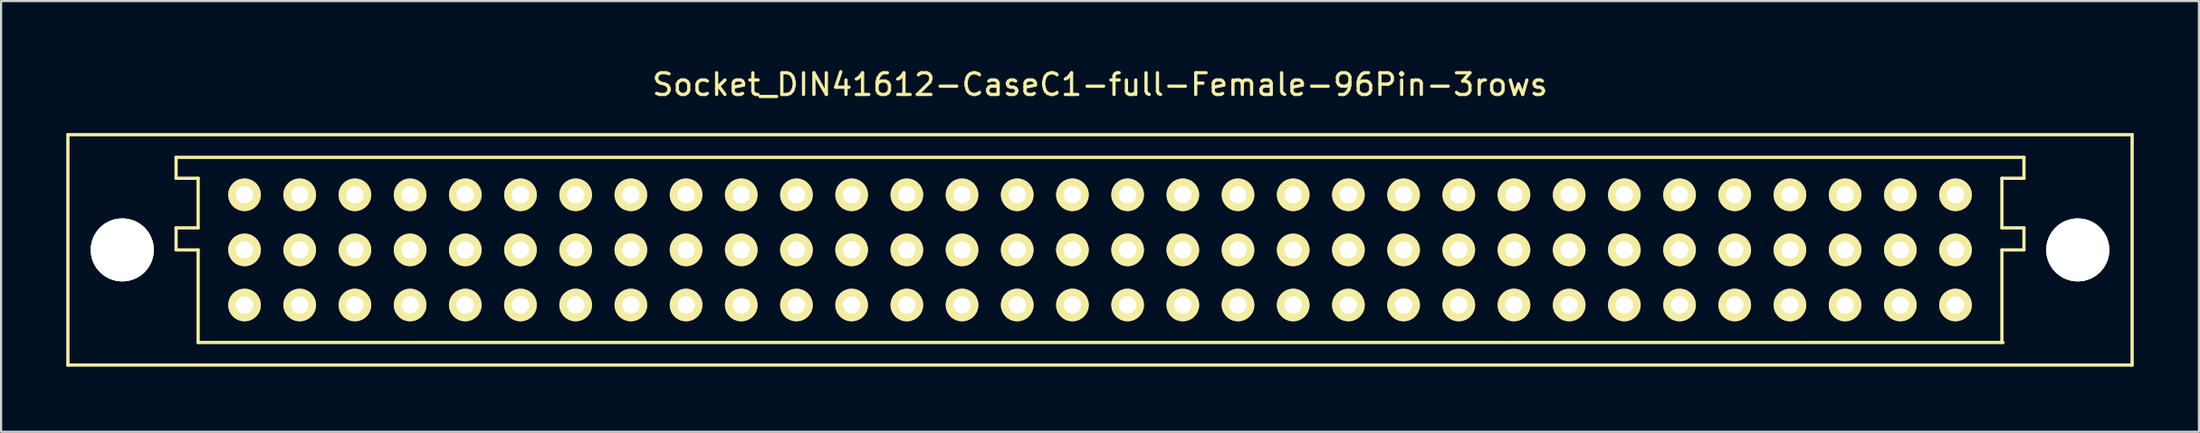
<source format=kicad_pcb>
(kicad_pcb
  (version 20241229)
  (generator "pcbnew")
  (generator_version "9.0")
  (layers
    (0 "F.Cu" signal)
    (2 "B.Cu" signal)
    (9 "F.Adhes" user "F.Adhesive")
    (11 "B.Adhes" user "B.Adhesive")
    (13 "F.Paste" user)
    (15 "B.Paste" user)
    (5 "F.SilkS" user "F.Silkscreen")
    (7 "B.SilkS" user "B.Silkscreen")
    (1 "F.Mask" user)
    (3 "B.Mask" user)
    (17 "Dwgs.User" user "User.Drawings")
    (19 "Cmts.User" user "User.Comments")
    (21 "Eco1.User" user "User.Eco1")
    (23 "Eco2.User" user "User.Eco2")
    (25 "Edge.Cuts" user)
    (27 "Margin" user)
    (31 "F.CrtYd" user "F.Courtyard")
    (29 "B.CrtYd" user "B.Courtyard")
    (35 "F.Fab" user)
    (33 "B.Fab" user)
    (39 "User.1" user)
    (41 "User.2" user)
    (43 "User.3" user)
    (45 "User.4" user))
  (footprint "Socket_DIN41612-CaseC1-full-Female-96Pin-3rows"
    (layer "F.Cu")
    (at 47.573 8.468)
    (property "Reference" "Socket_DIN41612-CaseC1-full-Female-96Pin-3rows" (at 0 -7.62 0) (layer "F.SilkS") (effects (font (size 1 1) (thickness 0.15))))
    (attr through_hole)
    (fp_line (start -47.498 -5.309) (end -47.498 5.309) (stroke (width 0.15) (type solid)) (layer "F.SilkS"))
    (fp_line (start -47.498 5.309) (end 47.498 5.309) (stroke (width 0.15) (type solid)) (layer "F.SilkS"))
    (fp_line (start -42.52 -3.302) (end -42.52 -4.267) (stroke (width 0.15) (type solid)) (layer "F.SilkS"))
    (fp_line (start -42.52 -1.016) (end -41.504 -1.016) (stroke (width 0.15) (type solid)) (layer "F.SilkS"))
    (fp_line (start -42.52 0) (end -42.52 -1.016) (stroke (width 0.15) (type solid)) (layer "F.SilkS"))
    (fp_line (start -41.504 -3.302) (end -42.52 -3.302) (stroke (width 0.15) (type solid)) (layer "F.SilkS"))
    (fp_line (start -41.504 -1.016) (end -41.504 -3.302) (stroke (width 0.15) (type solid)) (layer "F.SilkS"))
    (fp_line (start -41.504 0) (end -42.52 0) (stroke (width 0.15) (type solid)) (layer "F.SilkS"))
    (fp_line (start -41.504 4.267) (end -41.504 0) (stroke (width 0.15) (type solid)) (layer "F.SilkS"))
    (fp_line (start -41.504 4.267) (end 41.554 4.267) (stroke (width 0.15) (type solid)) (layer "F.SilkS"))
    (fp_line (start 41.504 -3.302) (end 42.52 -3.302) (stroke (width 0.15) (type solid)) (layer "F.SilkS"))
    (fp_line (start 41.504 -1.016) (end 41.504 -3.302) (stroke (width 0.15) (type solid)) (layer "F.SilkS"))
    (fp_line (start 41.504 0) (end 42.52 0) (stroke (width 0.15) (type solid)) (layer "F.SilkS"))
    (fp_line (start 41.504 4.267) (end 41.504 0) (stroke (width 0.15) (type solid)) (layer "F.SilkS"))
    (fp_line (start 42.52 -4.267) (end -42.52 -4.267) (stroke (width 0.15) (type solid)) (layer "F.SilkS"))
    (fp_line (start 42.52 -3.302) (end 42.52 -4.267) (stroke (width 0.15) (type solid)) (layer "F.SilkS"))
    (fp_line (start 42.52 -1.016) (end 41.504 -1.016) (stroke (width 0.15) (type solid)) (layer "F.SilkS"))
    (fp_line (start 42.52 0) (end 42.52 -1.016) (stroke (width 0.15) (type solid)) (layer "F.SilkS"))
    (fp_line (start 47.498 -5.309) (end -47.498 -5.309) (stroke (width 0.15) (type solid)) (layer "F.SilkS"))
    (fp_line (start 47.498 5.309) (end 47.498 -5.309) (stroke (width 0.15) (type solid)) (layer "F.SilkS"))
    (pad "1" thru_hole circle (at -44.996 0) (size 2.901 2.901) (drill 2.901) (layers "*.Cu" "*.Mask" "F.SilkS"))
    (pad "1" thru_hole circle (at 44.996 0) (size 2.901 2.901) (drill 2.901) (layers "*.Cu" "*.Mask" "F.SilkS"))
    (pad "1a" thru_hole circle (at 39.37 -2.54 180) (size 1.501 1.501) (drill 0.8) (layers "*.Cu" "*.Mask" "F.SilkS"))
    (pad "1b" thru_hole circle (at 39.37 0 180) (size 1.501 1.501) (drill 0.8) (layers "*.Cu" "*.Mask" "F.SilkS"))
    (pad "1c" thru_hole circle (at 39.37 2.54 180) (size 1.501 1.501) (drill 0.8) (layers "*.Cu" "*.Mask" "F.SilkS"))
    (pad "2a" thru_hole circle (at 36.83 -2.54 180) (size 1.501 1.501) (drill 0.8) (layers "*.Cu" "*.Mask" "F.SilkS"))
    (pad "2b" thru_hole circle (at 36.83 0 180) (size 1.501 1.501) (drill 0.8) (layers "*.Cu" "*.Mask" "F.SilkS"))
    (pad "2c" thru_hole circle (at 36.83 2.54 180) (size 1.501 1.501) (drill 0.8) (layers "*.Cu" "*.Mask" "F.SilkS"))
    (pad "3a" thru_hole circle (at 34.29 -2.54 180) (size 1.501 1.501) (drill 0.8) (layers "*.Cu" "*.Mask" "F.SilkS"))
    (pad "3b" thru_hole circle (at 34.29 0 180) (size 1.501 1.501) (drill 0.8) (layers "*.Cu" "*.Mask" "F.SilkS"))
    (pad "3c" thru_hole circle (at 34.29 2.54 180) (size 1.501 1.501) (drill 0.8) (layers "*.Cu" "*.Mask" "F.SilkS"))
    (pad "4a" thru_hole circle (at 31.75 -2.54 180) (size 1.501 1.501) (drill 0.8) (layers "*.Cu" "*.Mask" "F.SilkS"))
    (pad "4b" thru_hole circle (at 31.75 0 180) (size 1.501 1.501) (drill 0.8) (layers "*.Cu" "*.Mask" "F.SilkS"))
    (pad "4c" thru_hole circle (at 31.75 2.54 180) (size 1.501 1.501) (drill 0.8) (layers "*.Cu" "*.Mask" "F.SilkS"))
    (pad "5a" thru_hole circle (at 29.21 -2.54 180) (size 1.501 1.501) (drill 0.8) (layers "*.Cu" "*.Mask" "F.SilkS"))
    (pad "5b" thru_hole circle (at 29.21 0 180) (size 1.501 1.501) (drill 0.8) (layers "*.Cu" "*.Mask" "F.SilkS"))
    (pad "5c" thru_hole circle (at 29.21 2.54 180) (size 1.501 1.501) (drill 0.8) (layers "*.Cu" "*.Mask" "F.SilkS"))
    (pad "6a" thru_hole circle (at 26.67 -2.54 180) (size 1.501 1.501) (drill 0.8) (layers "*.Cu" "*.Mask" "F.SilkS"))
    (pad "6b" thru_hole circle (at 26.67 0 180) (size 1.501 1.501) (drill 0.8) (layers "*.Cu" "*.Mask" "F.SilkS"))
    (pad "6c" thru_hole circle (at 26.67 2.54 180) (size 1.501 1.501) (drill 0.8) (layers "*.Cu" "*.Mask" "F.SilkS"))
    (pad "7a" thru_hole circle (at 24.13 -2.54 180) (size 1.501 1.501) (drill 0.8) (layers "*.Cu" "*.Mask" "F.SilkS"))
    (pad "7b" thru_hole circle (at 24.13 0 180) (size 1.501 1.501) (drill 0.8) (layers "*.Cu" "*.Mask" "F.SilkS"))
    (pad "7c" thru_hole circle (at 24.13 2.54 180) (size 1.501 1.501) (drill 0.8) (layers "*.Cu" "*.Mask" "F.SilkS"))
    (pad "8a" thru_hole circle (at 21.59 -2.54 180) (size 1.501 1.501) (drill 0.8) (layers "*.Cu" "*.Mask" "F.SilkS"))
    (pad "8b" thru_hole circle (at 21.59 0 180) (size 1.501 1.501) (drill 0.8) (layers "*.Cu" "*.Mask" "F.SilkS"))
    (pad "8c" thru_hole circle (at 21.59 2.54 180) (size 1.501 1.501) (drill 0.8) (layers "*.Cu" "*.Mask" "F.SilkS"))
    (pad "9a" thru_hole circle (at 19.05 -2.54 180) (size 1.501 1.501) (drill 0.8) (layers "*.Cu" "*.Mask" "F.SilkS"))
    (pad "9b" thru_hole circle (at 19.05 0 180) (size 1.501 1.501) (drill 0.8) (layers "*.Cu" "*.Mask" "F.SilkS"))
    (pad "9c" thru_hole circle (at 19.05 2.54 180) (size 1.501 1.501) (drill 0.8) (layers "*.Cu" "*.Mask" "F.SilkS"))
    (pad "10a" thru_hole circle (at 16.51 -2.54 180) (size 1.501 1.501) (drill 0.8) (layers "*.Cu" "*.Mask" "F.SilkS"))
    (pad "10b" thru_hole circle (at 16.51 0 180) (size 1.501 1.501) (drill 0.8) (layers "*.Cu" "*.Mask" "F.SilkS"))
    (pad "10c" thru_hole circle (at 16.51 2.54 180) (size 1.501 1.501) (drill 0.8) (layers "*.Cu" "*.Mask" "F.SilkS"))
    (pad "11a" thru_hole circle (at 13.97 -2.54 180) (size 1.501 1.501) (drill 0.8) (layers "*.Cu" "*.Mask" "F.SilkS"))
    (pad "11b" thru_hole circle (at 13.97 0 180) (size 1.501 1.501) (drill 0.8) (layers "*.Cu" "*.Mask" "F.SilkS"))
    (pad "11c" thru_hole circle (at 13.97 2.54 180) (size 1.501 1.501) (drill 0.8) (layers "*.Cu" "*.Mask" "F.SilkS"))
    (pad "12a" thru_hole circle (at 11.43 -2.54 180) (size 1.501 1.501) (drill 0.8) (layers "*.Cu" "*.Mask" "F.SilkS"))
    (pad "12b" thru_hole circle (at 11.43 0 180) (size 1.501 1.501) (drill 0.8) (layers "*.Cu" "*.Mask" "F.SilkS"))
    (pad "12c" thru_hole circle (at 11.43 2.54 180) (size 1.501 1.501) (drill 0.8) (layers "*.Cu" "*.Mask" "F.SilkS"))
    (pad "13a" thru_hole circle (at 8.89 -2.54 180) (size 1.501 1.501) (drill 0.8) (layers "*.Cu" "*.Mask" "F.SilkS"))
    (pad "13b" thru_hole circle (at 8.89 0 180) (size 1.501 1.501) (drill 0.8) (layers "*.Cu" "*.Mask" "F.SilkS"))
    (pad "13c" thru_hole circle (at 8.89 2.54 180) (size 1.501 1.501) (drill 0.8) (layers "*.Cu" "*.Mask" "F.SilkS"))
    (pad "14a" thru_hole circle (at 6.35 -2.54 180) (size 1.501 1.501) (drill 0.8) (layers "*.Cu" "*.Mask" "F.SilkS"))
    (pad "14b" thru_hole circle (at 6.35 0 180) (size 1.501 1.501) (drill 0.8) (layers "*.Cu" "*.Mask" "F.SilkS"))
    (pad "14c" thru_hole circle (at 6.35 2.54 180) (size 1.501 1.501) (drill 0.8) (layers "*.Cu" "*.Mask" "F.SilkS"))
    (pad "15a" thru_hole circle (at 3.81 -2.54 180) (size 1.501 1.501) (drill 0.8) (layers "*.Cu" "*.Mask" "F.SilkS"))
    (pad "15b" thru_hole circle (at 3.81 0 180) (size 1.501 1.501) (drill 0.8) (layers "*.Cu" "*.Mask" "F.SilkS"))
    (pad "15c" thru_hole circle (at 3.81 2.54 180) (size 1.501 1.501) (drill 0.8) (layers "*.Cu" "*.Mask" "F.SilkS"))
    (pad "16a" thru_hole circle (at 1.27 -2.54 180) (size 1.501 1.501) (drill 0.8) (layers "*.Cu" "*.Mask" "F.SilkS"))
    (pad "16b" thru_hole circle (at 1.27 0 180) (size 1.501 1.501) (drill 0.8) (layers "*.Cu" "*.Mask" "F.SilkS"))
    (pad "16c" thru_hole circle (at 1.27 2.54 180) (size 1.501 1.501) (drill 0.8) (layers "*.Cu" "*.Mask" "F.SilkS"))
    (pad "17a" thru_hole circle (at -1.27 -2.54 180) (size 1.501 1.501) (drill 0.8) (layers "*.Cu" "*.Mask" "F.SilkS"))
    (pad "17b" thru_hole circle (at -1.27 0 180) (size 1.501 1.501) (drill 0.8) (layers "*.Cu" "*.Mask" "F.SilkS"))
    (pad "17c" thru_hole circle (at -1.27 2.54 180) (size 1.501 1.501) (drill 0.8) (layers "*.Cu" "*.Mask" "F.SilkS"))
    (pad "18a" thru_hole circle (at -3.81 -2.54 180) (size 1.501 1.501) (drill 0.8) (layers "*.Cu" "*.Mask" "F.SilkS"))
    (pad "18b" thru_hole circle (at -3.81 0 180) (size 1.501 1.501) (drill 0.8) (layers "*.Cu" "*.Mask" "F.SilkS"))
    (pad "18c" thru_hole circle (at -3.81 2.54 180) (size 1.501 1.501) (drill 0.8) (layers "*.Cu" "*.Mask" "F.SilkS"))
    (pad "19a" thru_hole circle (at -6.35 -2.54 180) (size 1.501 1.501) (drill 0.8) (layers "*.Cu" "*.Mask" "F.SilkS"))
    (pad "19b" thru_hole circle (at -6.35 0 180) (size 1.501 1.501) (drill 0.8) (layers "*.Cu" "*.Mask" "F.SilkS"))
    (pad "19c" thru_hole circle (at -6.35 2.54 180) (size 1.501 1.501) (drill 0.8) (layers "*.Cu" "*.Mask" "F.SilkS"))
    (pad "20a" thru_hole circle (at -8.89 -2.54 180) (size 1.501 1.501) (drill 0.8) (layers "*.Cu" "*.Mask" "F.SilkS"))
    (pad "20b" thru_hole circle (at -8.89 0 180) (size 1.501 1.501) (drill 0.8) (layers "*.Cu" "*.Mask" "F.SilkS"))
    (pad "20c" thru_hole circle (at -8.89 2.54 180) (size 1.501 1.501) (drill 0.8) (layers "*.Cu" "*.Mask" "F.SilkS"))
    (pad "21a" thru_hole circle (at -11.43 -2.54 180) (size 1.501 1.501) (drill 0.8) (layers "*.Cu" "*.Mask" "F.SilkS"))
    (pad "21b" thru_hole circle (at -11.43 0 180) (size 1.501 1.501) (drill 0.8) (layers "*.Cu" "*.Mask" "F.SilkS"))
    (pad "21c" thru_hole circle (at -11.43 2.54 180) (size 1.501 1.501) (drill 0.8) (layers "*.Cu" "*.Mask" "F.SilkS"))
    (pad "22a" thru_hole circle (at -13.97 -2.54 180) (size 1.501 1.501) (drill 0.8) (layers "*.Cu" "*.Mask" "F.SilkS"))
    (pad "22b" thru_hole circle (at -13.97 0 180) (size 1.501 1.501) (drill 0.8) (layers "*.Cu" "*.Mask" "F.SilkS"))
    (pad "22c" thru_hole circle (at -13.97 2.54 180) (size 1.501 1.501) (drill 0.8) (layers "*.Cu" "*.Mask" "F.SilkS"))
    (pad "23a" thru_hole circle (at -16.51 -2.54 180) (size 1.501 1.501) (drill 0.8) (layers "*.Cu" "*.Mask" "F.SilkS"))
    (pad "23b" thru_hole circle (at -16.51 0 180) (size 1.501 1.501) (drill 0.8) (layers "*.Cu" "*.Mask" "F.SilkS"))
    (pad "23c" thru_hole circle (at -16.51 2.54 180) (size 1.501 1.501) (drill 0.8) (layers "*.Cu" "*.Mask" "F.SilkS"))
    (pad "24" thru_hole circle (at -19.05 -2.54 180) (size 1.501 1.501) (drill 0.8) (layers "*.Cu" "*.Mask" "F.SilkS"))
    (pad "24b" thru_hole circle (at -19.05 0 180) (size 1.501 1.501) (drill 0.8) (layers "*.Cu" "*.Mask" "F.SilkS"))
    (pad "24c" thru_hole circle (at -19.05 2.54 180) (size 1.501 1.501) (drill 0.8) (layers "*.Cu" "*.Mask" "F.SilkS"))
    (pad "25a" thru_hole circle (at -21.59 -2.54 180) (size 1.501 1.501) (drill 0.8) (layers "*.Cu" "*.Mask" "F.SilkS"))
    (pad "25b" thru_hole circle (at -21.59 0 180) (size 1.501 1.501) (drill 0.8) (layers "*.Cu" "*.Mask" "F.SilkS"))
    (pad "25c" thru_hole circle (at -21.59 2.54 180) (size 1.501 1.501) (drill 0.8) (layers "*.Cu" "*.Mask" "F.SilkS"))
    (pad "26a" thru_hole circle (at -24.13 -2.54 180) (size 1.501 1.501) (drill 0.8) (layers "*.Cu" "*.Mask" "F.SilkS"))
    (pad "26b" thru_hole circle (at -24.13 0 180) (size 1.501 1.501) (drill 0.8) (layers "*.Cu" "*.Mask" "F.SilkS"))
    (pad "26c" thru_hole circle (at -24.13 2.54 180) (size 1.501 1.501) (drill 0.8) (layers "*.Cu" "*.Mask" "F.SilkS"))
    (pad "27a" thru_hole circle (at -26.67 -2.54 180) (size 1.501 1.501) (drill 0.8) (layers "*.Cu" "*.Mask" "F.SilkS"))
    (pad "27b" thru_hole circle (at -26.67 0 180) (size 1.501 1.501) (drill 0.8) (layers "*.Cu" "*.Mask" "F.SilkS"))
    (pad "27c" thru_hole circle (at -26.67 2.54 180) (size 1.501 1.501) (drill 0.8) (layers "*.Cu" "*.Mask" "F.SilkS"))
    (pad "28a" thru_hole circle (at -29.21 -2.54 180) (size 1.501 1.501) (drill 0.8) (layers "*.Cu" "*.Mask" "F.SilkS"))
    (pad "28b" thru_hole circle (at -29.21 0 180) (size 1.501 1.501) (drill 0.8) (layers "*.Cu" "*.Mask" "F.SilkS"))
    (pad "28c" thru_hole circle (at -29.21 2.54 180) (size 1.501 1.501) (drill 0.8) (layers "*.Cu" "*.Mask" "F.SilkS"))
    (pad "29a" thru_hole circle (at -31.75 -2.54 180) (size 1.501 1.501) (drill 0.8) (layers "*.Cu" "*.Mask" "F.SilkS"))
    (pad "29b" thru_hole circle (at -31.75 0 180) (size 1.501 1.501) (drill 0.8) (layers "*.Cu" "*.Mask" "F.SilkS"))
    (pad "29c" thru_hole circle (at -31.75 2.54 180) (size 1.501 1.501) (drill 0.8) (layers "*.Cu" "*.Mask" "F.SilkS"))
    (pad "30a" thru_hole circle (at -34.29 -2.54 180) (size 1.501 1.501) (drill 0.8) (layers "*.Cu" "*.Mask" "F.SilkS"))
    (pad "30b" thru_hole circle (at -34.29 0 180) (size 1.501 1.501) (drill 0.8) (layers "*.Cu" "*.Mask" "F.SilkS"))
    (pad "30c" thru_hole circle (at -34.29 2.54 180) (size 1.501 1.501) (drill 0.8) (layers "*.Cu" "*.Mask" "F.SilkS"))
    (pad "31a" thru_hole circle (at -36.83 -2.54 180) (size 1.501 1.501) (drill 0.8) (layers "*.Cu" "*.Mask" "F.SilkS"))
    (pad "31b" thru_hole circle (at -36.83 0 180) (size 1.501 1.501) (drill 0.8) (layers "*.Cu" "*.Mask" "F.SilkS"))
    (pad "31c" thru_hole circle (at -36.83 2.54 180) (size 1.501 1.501) (drill 0.8) (layers "*.Cu" "*.Mask" "F.SilkS"))
    (pad "32a" thru_hole circle (at -39.37 -2.54 180) (size 1.501 1.501) (drill 0.8) (layers "*.Cu" "*.Mask" "F.SilkS"))
    (pad "32b" thru_hole circle (at -39.37 0 180) (size 1.501 1.501) (drill 0.8) (layers "*.Cu" "*.Mask" "F.SilkS"))
    (pad "32c" thru_hole circle (at -39.37 2.54 180) (size 1.501 1.501) (drill 0.8) (layers "*.Cu" "*.Mask" "F.SilkS")))
  (gr_rect
    (start -3 -3)
    (end 98.146 16.852)
    (stroke (width 0.1) (type default))
    (fill no)
    (layer "Edge.Cuts")))
</source>
